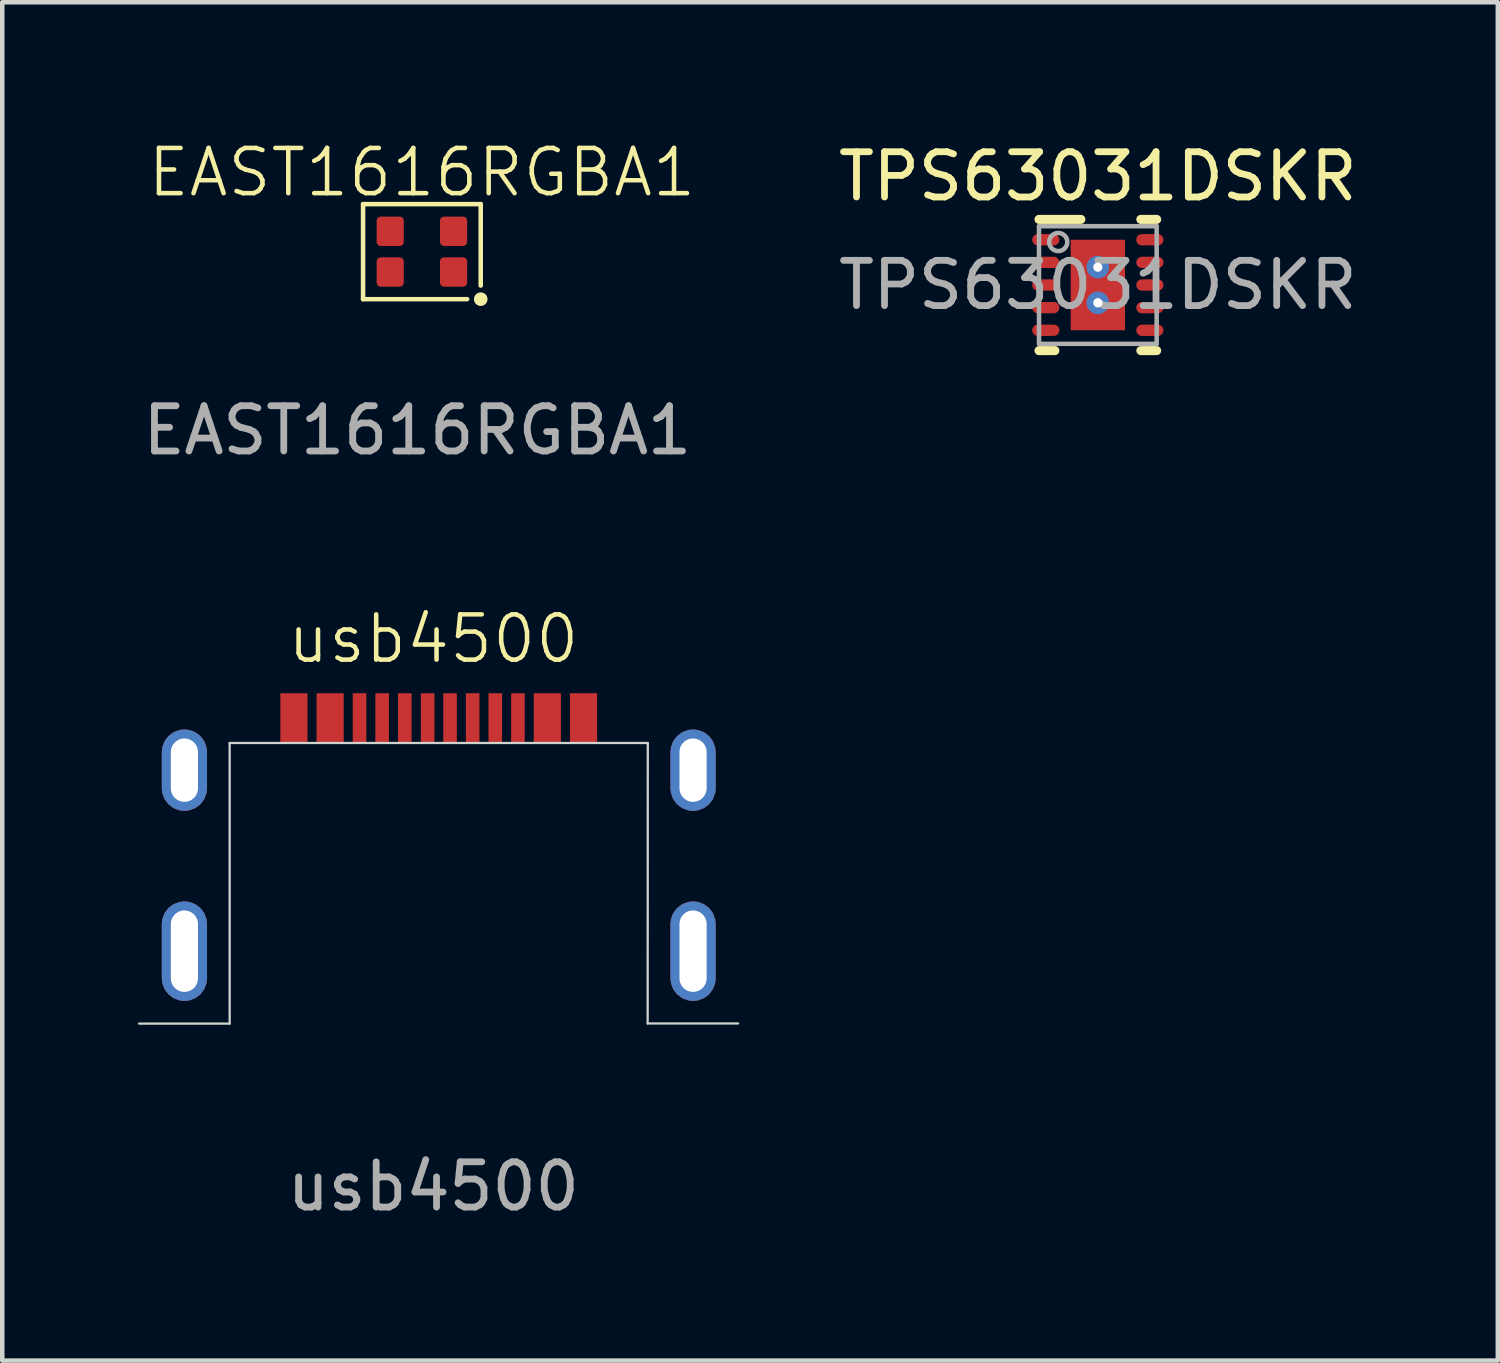
<source format=kicad_pcb>
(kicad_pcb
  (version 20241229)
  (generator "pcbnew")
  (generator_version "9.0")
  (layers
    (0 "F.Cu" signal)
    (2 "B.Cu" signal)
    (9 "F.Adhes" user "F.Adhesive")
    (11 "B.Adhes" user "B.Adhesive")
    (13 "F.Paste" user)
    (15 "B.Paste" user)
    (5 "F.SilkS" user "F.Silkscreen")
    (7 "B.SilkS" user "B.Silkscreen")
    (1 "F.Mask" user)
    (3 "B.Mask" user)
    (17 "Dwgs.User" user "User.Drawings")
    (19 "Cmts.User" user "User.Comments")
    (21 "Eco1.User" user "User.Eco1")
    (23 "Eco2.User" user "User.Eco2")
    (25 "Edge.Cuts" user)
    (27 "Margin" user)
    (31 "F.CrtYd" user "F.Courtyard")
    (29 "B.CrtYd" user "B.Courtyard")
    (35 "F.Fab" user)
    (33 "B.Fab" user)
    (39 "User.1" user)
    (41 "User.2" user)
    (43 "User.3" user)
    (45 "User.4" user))
  (footprint "TPS63031DSKR"
    (layer "F.Cu")
    (at 21.21 3.248)
    (property "Reference" "TPS63031DSKR" (at 0 -2.4 0) (unlocked yes) (layer "F.SilkS") (effects (font (size 1 1) (thickness 0.15))))
    (attr smd)
    (fp_poly (pts (xy -0.663 -0.594) (xy -0.663 -1.064) (xy 0.663 -1.064) (xy 0.663 -0.594)) (stroke (width 0) (type solid)) (fill yes) (layer "F.Mask"))
    (fp_poly (pts (xy -0.663 0.194) (xy -0.663 -0.194) (xy 0.663 -0.194) (xy 0.663 0.194)) (stroke (width 0) (type solid)) (fill yes) (layer "F.Mask"))
    (fp_poly (pts (xy -0.663 1.064) (xy -0.663 -1.064) (xy -0.2 -1.064) (xy -0.2 1.064)) (stroke (width 0) (type solid)) (fill yes) (layer "F.Mask"))
    (fp_poly (pts (xy -0.663 1.064) (xy -0.663 0.594) (xy 0.663 0.594) (xy 0.663 1.064)) (stroke (width 0) (type solid)) (fill yes) (layer "F.Mask"))
    (fp_poly (pts (xy 0.2 1.064) (xy 0.2 -1.064) (xy 0.663 -1.064) (xy 0.663 1.064)) (stroke (width 0) (type solid)) (fill yes) (layer "F.Mask"))
    (fp_line (start -1.3 -1.45) (end -0.375 -1.45) (stroke (width 0.2) (type solid)) (layer "F.SilkS"))
    (fp_line (start -1.3 1.45) (end -0.95 1.45) (stroke (width 0.2) (type solid)) (layer "F.SilkS"))
    (fp_line (start 0.95 -1.45) (end 1.3 -1.45) (stroke (width 0.2) (type solid)) (layer "F.SilkS"))
    (fp_line (start 0.95 1.45) (end 1.3 1.45) (stroke (width 0.2) (type solid)) (layer "F.SilkS"))
    (fp_poly (pts (xy -0.563 0.894) (xy 0.563 0.894) (xy 0.563 -0.895) (xy -0.563 -0.895)) (stroke (width 0) (type solid)) (fill yes) (layer "F.Paste"))
    (fp_line (start -1.3 -1.3) (end 1.3 -1.3) (stroke (width 0.1) (type solid)) (layer "F.Fab"))
    (fp_line (start -1.3 1.3) (end -1.3 -1.3) (stroke (width 0.1) (type solid)) (layer "F.Fab"))
    (fp_line (start -1.3 1.3) (end 1.3 1.3) (stroke (width 0.1) (type solid)) (layer "F.Fab"))
    (fp_line (start 1.3 1.3) (end 1.3 -1.3) (stroke (width 0.1) (type solid)) (layer "F.Fab"))
    (fp_circle (center -0.875 -0.95) (end -0.675 -0.95) (stroke (width 0.1) (type solid)) (fill no) (layer "F.Fab"))
    (fp_text user "${REFERENCE}" (at 0 0 0) (unlocked yes) (layer "F.Fab") (effects (font (size 1 1) (thickness 0.15))))
    (pad "1" smd oval (at -1.15 -1 90) (size 0.25 0.6) (layers "F.Cu" "F.Mask" "F.Paste"))
    (pad "2" smd oval (at -1.15 -0.5 90) (size 0.25 0.6) (layers "F.Cu" "F.Mask" "F.Paste"))
    (pad "3" smd oval (at -1.15 -0.000003 90) (size 0.25 0.6) (layers "F.Cu" "F.Mask" "F.Paste"))
    (pad "4" smd oval (at -1.15 0.5 90) (size 0.25 0.6) (layers "F.Cu" "F.Mask" "F.Paste"))
    (pad "5" smd oval (at -1.15 1 90) (size 0.25 0.6) (layers "F.Cu" "F.Mask" "F.Paste"))
    (pad "6" smd oval (at 1.15 1 90) (size 0.25 0.6) (layers "F.Cu" "F.Mask" "F.Paste"))
    (pad "7" smd oval (at 1.15 0.5 90) (size 0.25 0.6) (layers "F.Cu" "F.Mask" "F.Paste"))
    (pad "8" smd oval (at 1.15 -0.000003 90) (size 0.25 0.6) (layers "F.Cu" "F.Mask" "F.Paste"))
    (pad "9" smd oval (at 1.15 -0.5 90) (size 0.25 0.6) (layers "F.Cu" "F.Mask" "F.Paste"))
    (pad "10" smd oval (at 1.15 -1 90) (size 0.25 0.6) (layers "F.Cu" "F.Mask" "F.Paste"))
    (pad "11" smd rect (at 0 0) (size 1.2 2) (layers "F.Cu" "F.Mask" "F.Paste"))
    (pad "V" thru_hole circle (at 0 -0.394) (size 0.5 0.5) (drill 0.203) (layers "*.Cu" "*.Mask"))
    (pad "V" thru_hole circle (at 0 0.394) (size 0.5 0.5) (drill 0.203) (layers "*.Cu" "*.Mask")))
  (footprint "EAST1616RGBA1"
    (layer "F.Cu")
    (at 6.273 2.561)
    (property "Reference" "EAST1616RGBA1" (at 0 -1.8 0) (unlocked yes) (layer "F.SilkS") (effects (font (size 1 1) (thickness 0.1))))
    (attr through_hole)
    (fp_line (start -1.3 -1.1) (end -1.3 1) (stroke (width 0.1) (type default)) (layer "F.SilkS"))
    (fp_line (start -1.3 1) (end 1 1) (stroke (width 0.1) (type default)) (layer "F.SilkS"))
    (fp_line (start 1.3 -1.1) (end -1.3 -1.1) (stroke (width 0.1) (type default)) (layer "F.SilkS"))
    (fp_line (start 1.3 0.7) (end 1.3 -1.1) (stroke (width 0.1) (type default)) (layer "F.SilkS"))
    (fp_circle (center 1.3 1) (end 1.2 1) (stroke (width 0.1) (type solid)) (fill yes) (layer "F.SilkS"))
    (fp_text user "${REFERENCE}" (at -0.1 3.9 0) (unlocked yes) (layer "F.Fab") (effects (font (size 1 1) (thickness 0.15))))
    (pad "1" smd roundrect (at 0.7 0.4) (size 0.6 0.65) (layers "F.Cu" "F.Mask" "F.Paste") (roundrect_rratio 0.15))
    (pad "2" smd roundrect (at 0.7 -0.5) (size 0.6 0.65) (layers "F.Cu" "F.Mask" "F.Paste") (roundrect_rratio 0.15))
    (pad "3" smd roundrect (at -0.7 0.4) (size 0.6 0.65) (layers "F.Cu" "F.Mask" "F.Paste") (roundrect_rratio 0.15))
    (pad "4" smd roundrect (at -0.7 -0.5) (size 0.6 0.65) (layers "F.Cu" "F.Mask" "F.Paste") (roundrect_rratio 0.15)))
  (footprint "usb4500"
    (layer "F.Cu")
    (at 6.525 16.669)
    (property "Reference" "usb4500" (at 0 -5.6 0) (unlocked yes) (layer "F.SilkS") (effects (font (size 1 1) (thickness 0.1))))
    (attr through_hole)
    (fp_line (start -4.5 -3.3) (end -4.5 2.9) (stroke (width 0.05) (type default)) (layer "Edge.Cuts"))
    (fp_line (start -4.5 -3.3) (end 4.74 -3.3) (stroke (width 0.05) (type solid)) (layer "Edge.Cuts"))
    (fp_line (start -4.5 2.9) (end -6.5 2.9) (stroke (width 0.05) (type default)) (layer "Edge.Cuts"))
    (fp_line (start 4.737 2.898) (end 6.737 2.898) (stroke (width 0.05) (type solid)) (layer "Edge.Cuts"))
    (fp_line (start 4.74 -3.3) (end 4.737 2.898) (stroke (width 0.05) (type default)) (layer "Edge.Cuts"))
    (fp_text user "${REFERENCE}" (at 0 6.5 0) (unlocked yes) (layer "F.Fab") (effects (font (size 1 1) (thickness 0.15))))
    (pad "A1" smd rect (at -3.08 -3.85 90) (size 1.1 0.6) (layers "F.Cu" "F.Mask" "F.Paste"))
    (pad "A4" smd rect (at -2.28 -3.85 90) (size 1.1 0.6) (layers "F.Cu" "F.Mask" "F.Paste"))
    (pad "A5" smd rect (at -1.13 -3.85 90) (size 1.1 0.3) (layers "F.Cu" "F.Mask" "F.Paste"))
    (pad "A6" smd rect (at -0.125 -3.85 90) (size 1.1 0.3) (layers "F.Cu" "F.Mask" "F.Paste"))
    (pad "A7" smd rect (at 0.37 -3.85 90) (size 1.1 0.3) (layers "F.Cu" "F.Mask" "F.Paste"))
    (pad "A8" smd rect (at 1.37 -3.85 90) (size 1.1 0.3) (layers "F.Cu" "F.Mask" "F.Paste"))
    (pad "B1" smd rect (at 3.32 -3.85 90) (size 1.1 0.6) (layers "F.Cu" "F.Mask" "F.Paste"))
    (pad "B4" smd rect (at 2.52 -3.85 90) (size 1.1 0.6) (layers "F.Cu" "F.Mask" "F.Paste"))
    (pad "B5" smd rect (at 1.87 -3.85 90) (size 1.1 0.3) (layers "F.Cu" "F.Mask" "F.Paste"))
    (pad "B6" smd rect (at 0.87 -3.85 90) (size 1.1 0.3) (layers "F.Cu" "F.Mask" "F.Paste"))
    (pad "B7" smd rect (at -0.63 -3.85 90) (size 1.1 0.3) (layers "F.Cu" "F.Mask" "F.Paste"))
    (pad "B8" smd rect (at -1.63 -3.85 90) (size 1.1 0.3) (layers "F.Cu" "F.Mask" "F.Paste"))
    (pad "S" thru_hole roundrect (at -5.5 -2.7 90) (size 1.8 1) (drill oval 1.4 0.6) (layers "*.Cu" "*.Mask") (roundrect_rratio 0.5))
    (pad "S" thru_hole roundrect (at -5.5 1.3 90) (size 2.2 1) (drill oval 1.8 0.6) (layers "*.Cu" "*.Mask") (roundrect_rratio 0.5))
    (pad "S" thru_hole roundrect (at 5.74 -2.7 90) (size 1.8 1) (drill oval 1.4 0.6) (layers "*.Cu" "*.Mask") (roundrect_rratio 0.5))
    (pad "S" thru_hole roundrect (at 5.74 1.3 90) (size 2.2 1) (drill oval 1.8 0.6) (layers "*.Cu" "*.Mask") (roundrect_rratio 0.5)))
  (gr_rect
    (start -3 -3)
    (end 30.049 27.017)
    (stroke (width 0.1) (type default))
    (fill no)
    (layer "Edge.Cuts")))
</source>
